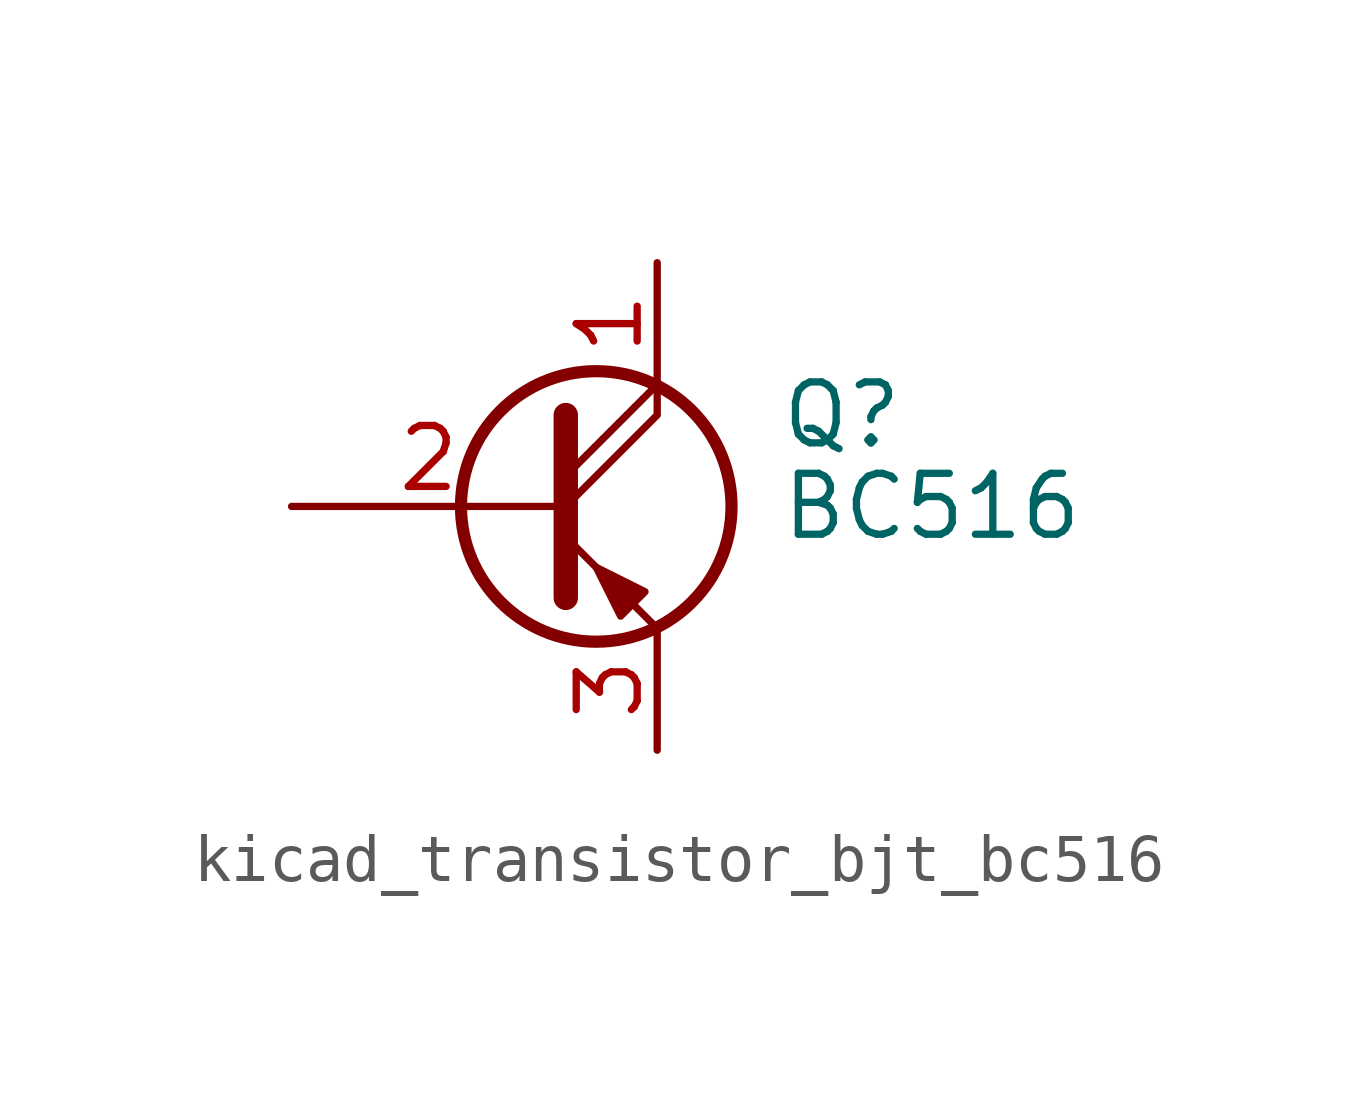
<source format=kicad_sym>
(kicad_symbol_lib
  (version 20220914)
  (generator kicad_symbol_editor)
  (symbol "kicad_transistor_bjt_bc516"
    (pin_names
      (offset 0) hide)
    (property "Reference" "Q"
      (at 5.08 1.905 0)
      (effects (font (size 1.27 1.27)) (justify left)))
    (property "Value" "BC516"
      (at 5.08 0 0)
      (effects (font (size 1.27 1.27)) (justify left)))
    (symbol "kicad_transistor_bjt_bc516_0_1"
      (polyline (pts (xy 0.635 0.635) (xy 2.54 2.54)) (stroke (width 0) (type default)) (fill (type none)))
      (polyline (pts (xy 0.635 -0.635) (xy 2.54 -2.54) (xy 2.54 -2.54)) (stroke (width 0) (type default)) (fill (type none)))
      (polyline (pts (xy 0.635 0) (xy 2.54 1.905) (xy 2.54 2.54)) (stroke (width 0) (type default)) (fill (type none)))
      (polyline (pts (xy 0.635 1.905) (xy 0.635 -1.905) (xy 0.635 -1.905)) (stroke (width 0.508) (type default)) (fill (type none)))
      (polyline (pts (xy 2.286 -1.778) (xy 1.778 -2.286) (xy 1.27 -1.27) (xy 2.286 -1.778) (xy 2.286 -1.778)) (stroke (width 0) (type default)) (fill (type outline)))
      (circle (center 1.27 0) (radius 2.819) (stroke (width 0.254) (type default)) (fill (type none))))
    (symbol "kicad_transistor_bjt_bc516_1_1"
      (pin passive line (at 2.54 5.08 270) (length 2.54) (name "C" (effects (font (size 1.27 1.27)))) (number "1" (effects (font (size 1.27 1.27)))))
      (pin input line (at -5.08 0 0) (length 5.715) (name "B" (effects (font (size 1.27 1.27)))) (number "2" (effects (font (size 1.27 1.27)))))
      (pin passive line (at 2.54 -5.08 90) (length 2.54) (name "E" (effects (font (size 1.27 1.27)))) (number "3" (effects (font (size 1.27 1.27))))))))
</source>
